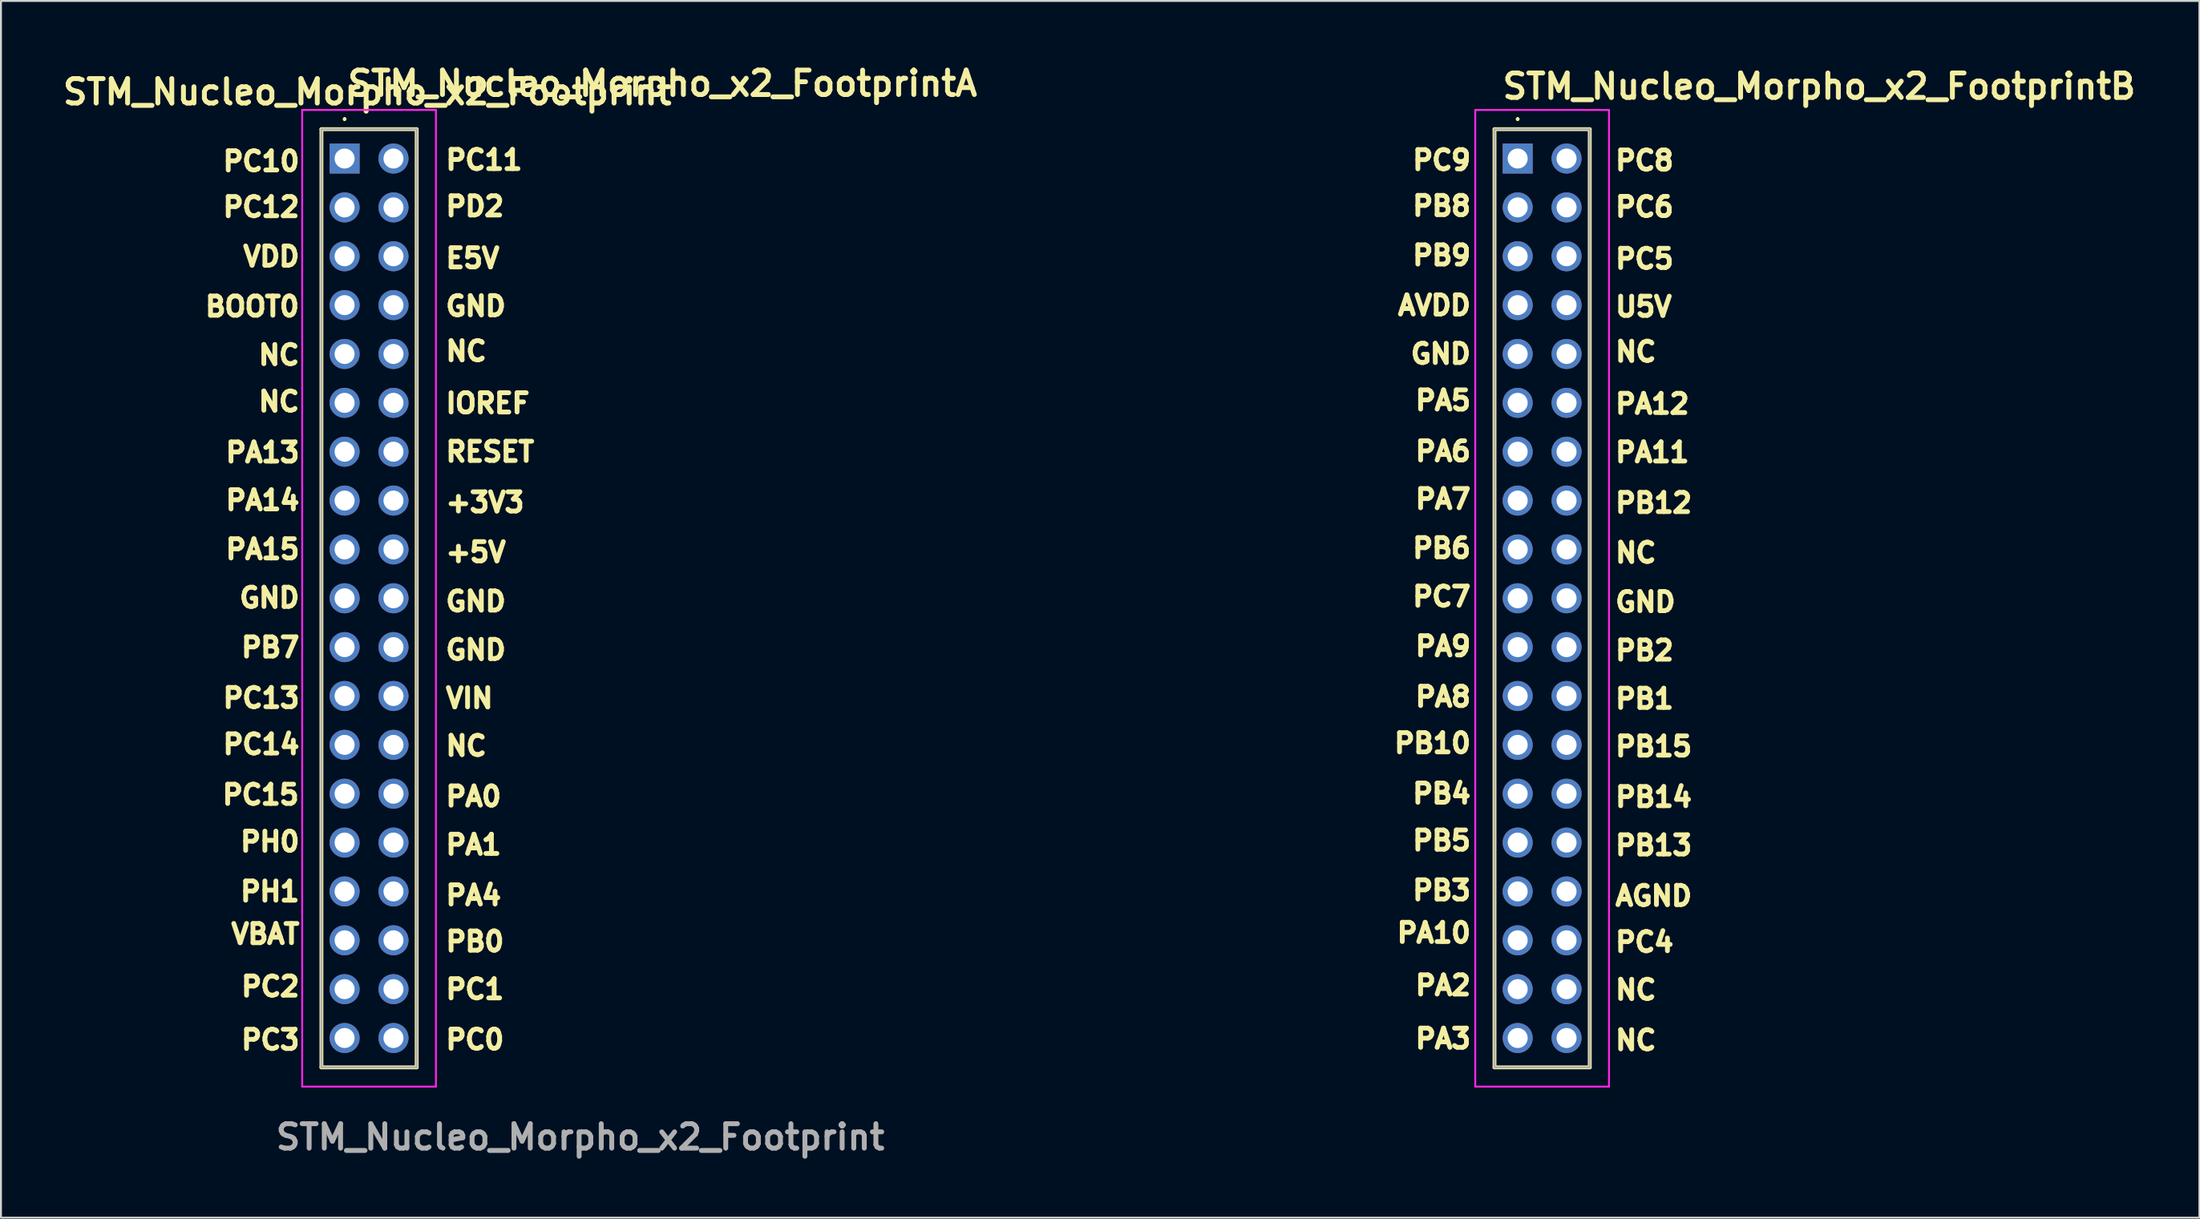
<source format=kicad_pcb>
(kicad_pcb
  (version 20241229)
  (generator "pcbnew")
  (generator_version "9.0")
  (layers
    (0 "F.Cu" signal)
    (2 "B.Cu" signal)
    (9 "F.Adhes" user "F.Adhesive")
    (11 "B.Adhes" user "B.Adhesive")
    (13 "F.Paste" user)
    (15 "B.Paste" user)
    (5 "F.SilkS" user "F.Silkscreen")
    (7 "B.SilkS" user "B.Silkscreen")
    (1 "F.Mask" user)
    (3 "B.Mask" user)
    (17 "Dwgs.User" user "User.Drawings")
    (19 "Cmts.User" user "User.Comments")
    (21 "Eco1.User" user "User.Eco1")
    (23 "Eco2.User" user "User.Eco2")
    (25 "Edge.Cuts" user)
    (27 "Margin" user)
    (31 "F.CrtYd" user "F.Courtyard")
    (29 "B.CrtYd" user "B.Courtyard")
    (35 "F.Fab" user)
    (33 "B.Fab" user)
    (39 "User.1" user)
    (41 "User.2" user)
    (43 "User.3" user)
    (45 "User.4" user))
  (footprint "STM_Nucleo_Morpho_x2_Footprint"
    (layer "F.Cu")
    (at 14.858 5.192)
    (property "Reference" "STM_Nucleo_Morpho_x2_Footprint" (at 1.18 -3.46 180) (layer "F.SilkS") (effects (font (size 1.27 1.27) (thickness 0.254))))
    (attr through_hole)
    (fp_line (start -1.205 -1.525) (end -1.205 47.245) (stroke (width 0.2) (type solid)) (layer "F.SilkS"))
    (fp_line (start -1.205 47.245) (end 3.745 47.245) (stroke (width 0.2) (type solid)) (layer "F.SilkS"))
    (fp_line (start 0 -2.1) (end 0 -2.1) (stroke (width 0.1) (type solid)) (layer "F.SilkS"))
    (fp_line (start 0 -2) (end 0 -2) (stroke (width 0.1) (type solid)) (layer "F.SilkS"))
    (fp_line (start 3.745 -1.525) (end -1.205 -1.525) (stroke (width 0.2) (type solid)) (layer "F.SilkS"))
    (fp_line (start 3.745 47.245) (end 3.745 -1.525) (stroke (width 0.2) (type solid)) (layer "F.SilkS"))
    (fp_line (start 59.755 -1.525) (end 59.755 47.245) (stroke (width 0.2) (type solid)) (layer "F.SilkS"))
    (fp_line (start 59.755 47.245) (end 64.705 47.245) (stroke (width 0.2) (type solid)) (layer "F.SilkS"))
    (fp_line (start 60.96 -2.1) (end 60.96 -2.1) (stroke (width 0.1) (type solid)) (layer "F.SilkS"))
    (fp_line (start 60.96 -2) (end 60.96 -2) (stroke (width 0.1) (type solid)) (layer "F.SilkS"))
    (fp_line (start 64.705 -1.525) (end 59.755 -1.525) (stroke (width 0.2) (type solid)) (layer "F.SilkS"))
    (fp_line (start 64.705 47.245) (end 64.705 -1.525) (stroke (width 0.2) (type solid)) (layer "F.SilkS"))
    (fp_arc (start 0 -2.1) (mid 0.05 -2.05) (end 0 -2) (stroke (width 0.1) (type solid)) (layer "F.SilkS"))
    (fp_arc (start 0 -2) (mid -0.05 -2.05) (end 0 -2.1) (stroke (width 0.1) (type solid)) (layer "F.SilkS"))
    (fp_arc (start 60.96 -2.1) (mid 61.01 -2.05) (end 60.96 -2) (stroke (width 0.1) (type solid)) (layer "F.SilkS"))
    (fp_arc (start 60.96 -2) (mid 60.91 -2.05) (end 60.96 -2.1) (stroke (width 0.1) (type solid)) (layer "F.SilkS"))
    (fp_line (start -2.205 -2.525) (end -2.205 48.245) (stroke (width 0.1) (type solid)) (layer "F.CrtYd"))
    (fp_line (start -2.205 48.245) (end 4.745 48.245) (stroke (width 0.1) (type solid)) (layer "F.CrtYd"))
    (fp_line (start 4.745 -2.525) (end -2.205 -2.525) (stroke (width 0.1) (type solid)) (layer "F.CrtYd"))
    (fp_line (start 4.745 48.245) (end 4.745 -2.525) (stroke (width 0.1) (type solid)) (layer "F.CrtYd"))
    (fp_line (start 58.755 -2.525) (end 58.755 48.245) (stroke (width 0.1) (type solid)) (layer "F.CrtYd"))
    (fp_line (start 58.755 48.245) (end 65.705 48.245) (stroke (width 0.1) (type solid)) (layer "F.CrtYd"))
    (fp_line (start 65.705 -2.525) (end 58.755 -2.525) (stroke (width 0.1) (type solid)) (layer "F.CrtYd"))
    (fp_line (start 65.705 48.245) (end 65.705 -2.525) (stroke (width 0.1) (type solid)) (layer "F.CrtYd"))
    (fp_line (start -1.205 -1.525) (end -1.205 47.245) (stroke (width 0.1) (type solid)) (layer "F.Fab"))
    (fp_line (start -1.205 47.245) (end 3.745 47.245) (stroke (width 0.1) (type solid)) (layer "F.Fab"))
    (fp_line (start 3.745 -1.525) (end -1.205 -1.525) (stroke (width 0.1) (type solid)) (layer "F.Fab"))
    (fp_line (start 3.745 47.245) (end 3.745 -1.525) (stroke (width 0.1) (type solid)) (layer "F.Fab"))
    (fp_line (start 59.755 -1.525) (end 59.755 47.245) (stroke (width 0.1) (type solid)) (layer "F.Fab"))
    (fp_line (start 59.755 47.245) (end 64.705 47.245) (stroke (width 0.1) (type solid)) (layer "F.Fab"))
    (fp_line (start 64.705 -1.525) (end 59.755 -1.525) (stroke (width 0.1) (type solid)) (layer "F.Fab"))
    (fp_line (start 64.705 47.245) (end 64.705 -1.525) (stroke (width 0.1) (type solid)) (layer "F.Fab"))
    (fp_text user "PB10" (at 54.418 30.98 0) (unlocked yes) (layer "F.SilkS") (effects (font (size 1 1) (thickness 0.25)) (justify left bottom)))
    (fp_text user "NC" (at 65.91 21.08 0) (unlocked yes) (layer "F.SilkS") (effects (font (size 1 1) (thickness 0.25)) (justify left bottom)))
    (fp_text user "PB15" (at 65.91 31.15 0) (unlocked yes) (layer "F.SilkS") (effects (font (size 1 1) (thickness 0.25)) (justify left bottom)))
    (fp_text user "PA10" (at 54.56 40.84 0) (unlocked yes) (layer "F.SilkS") (effects (font (size 1 1) (thickness 0.25)) (justify left bottom)))
    (fp_text user "PB14" (at 65.91 33.78 0) (unlocked yes) (layer "F.SilkS") (effects (font (size 1 1) (thickness 0.25)) (justify left bottom)))
    (fp_text user "NC" (at 65.91 10.63 0) (unlocked yes) (layer "F.SilkS") (effects (font (size 1 1) (thickness 0.25)) (justify left bottom)))
    (fp_text user "NC" (at 65.91 46.42 0) (unlocked yes) (layer "F.SilkS") (effects (font (size 1 1) (thickness 0.25)) (justify left bottom)))
    (fp_text user "PH0" (at -5.545 36.1 0) (unlocked yes) (layer "F.SilkS") (effects (font (size 1 1) (thickness 0.25)) (justify left bottom)))
    (fp_text user "PB9" (at 55.37 5.62 0) (unlocked yes) (layer "F.SilkS") (effects (font (size 1 1) (thickness 0.25)) (justify left bottom)))
    (fp_text user "PC13" (at -6.45 28.63 0) (unlocked yes) (layer "F.SilkS") (effects (font (size 1 1) (thickness 0.25)) (justify left bottom)))
    (fp_text user "PC5" (at 65.91 5.8 0) (unlocked yes) (layer "F.SilkS") (effects (font (size 1 1) (thickness 0.25)) (justify left bottom)))
    (fp_text user "GND" (at 5.13 26.13 0) (unlocked yes) (layer "F.SilkS") (effects (font (size 1 1) (thickness 0.25)) (justify left bottom)))
    (fp_text user "PB4" (at 55.37 33.6 0) (unlocked yes) (layer "F.SilkS") (effects (font (size 1 1) (thickness 0.25)) (justify left bottom)))
    (fp_text user "E5V" (at 5.13 5.77 0) (unlocked yes) (layer "F.SilkS") (effects (font (size 1 1) (thickness 0.25)) (justify left bottom)))
    (fp_text user "${REFERENCE}A" (at 0.02 -3.16 0) (unlocked yes) (layer "F.SilkS") (effects (font (size 1.27 1.27) (thickness 0.254) (bold yes)) (justify left bottom)))
    (fp_text user "GND" (at 55.275 10.74 0) (unlocked yes) (layer "F.SilkS") (effects (font (size 1 1) (thickness 0.25)) (justify left bottom)))
    (fp_text user "PA1" (at 5.13 36.26 0) (unlocked yes) (layer "F.SilkS") (effects (font (size 1 1) (thickness 0.25)) (justify left bottom)))
    (fp_text user "PB7" (at -5.498 26 0) (unlocked yes) (layer "F.SilkS") (effects (font (size 1 1) (thickness 0.25)) (justify left bottom)))
    (fp_text user "NC" (at 5.13 31.12 0) (unlocked yes) (layer "F.SilkS") (effects (font (size 1 1) (thickness 0.25)) (justify left bottom)))
    (fp_text user "BOOT0" (at -7.37 8.28 0) (unlocked yes) (layer "F.SilkS") (effects (font (size 1 1) (thickness 0.25)) (justify left bottom)))
    (fp_text user "PA13" (at -6.307 15.866 0) (unlocked yes) (layer "F.SilkS") (effects (font (size 1 1) (thickness 0.25)) (justify left bottom)))
    (fp_text user "VIN" (at 5.13 28.64 0) (unlocked yes) (layer "F.SilkS") (effects (font (size 1 1) (thickness 0.25)) (justify left bottom)))
    (fp_text user "+5V" (at 5.13 21.05 0) (unlocked yes) (layer "F.SilkS") (effects (font (size 1 1) (thickness 0.25)) (justify left bottom)))
    (fp_text user "PH1" (at -5.545 38.69 0) (unlocked yes) (layer "F.SilkS") (effects (font (size 1 1) (thickness 0.25)) (justify left bottom)))
    (fp_text user "PA2" (at 55.513 43.57 0) (unlocked yes) (layer "F.SilkS") (effects (font (size 1 1) (thickness 0.25)) (justify left bottom)))
    (fp_text user "PA9" (at 55.513 25.94 0) (unlocked yes) (layer "F.SilkS") (effects (font (size 1 1) (thickness 0.25)) (justify left bottom)))
    (fp_text user "PB0" (at 5.13 41.29 0) (unlocked yes) (layer "F.SilkS") (effects (font (size 1 1) (thickness 0.25)) (justify left bottom)))
    (fp_text user "VBAT" (at -6.021 40.9 0) (unlocked yes) (layer "F.SilkS") (effects (font (size 1 1) (thickness 0.25)) (justify left bottom)))
    (fp_text user "${REFERENCE}B" (at 60.04 -3.01 0) (unlocked yes) (layer "F.SilkS") (effects (font (size 1.27 1.27) (thickness 0.254) (bold yes)) (justify left bottom)))
    (fp_text user "PC11" (at 5.13 0.66 0) (unlocked yes) (layer "F.SilkS") (effects (font (size 1 1) (thickness 0.25)) (justify left bottom)))
    (fp_text user "PB13" (at 65.91 36.29 0) (unlocked yes) (layer "F.SilkS") (effects (font (size 1 1) (thickness 0.25)) (justify left bottom)))
    (fp_text user "PC6" (at 65.91 3.1 0) (unlocked yes) (layer "F.SilkS") (effects (font (size 1 1) (thickness 0.25)) (justify left bottom)))
    (fp_text user "PA14" (at -6.307 18.35 0) (unlocked yes) (layer "F.SilkS") (effects (font (size 1 1) (thickness 0.25)) (justify left bottom)))
    (fp_text user "PD2" (at 5.13 3.07 0) (unlocked yes) (layer "F.SilkS") (effects (font (size 1 1) (thickness 0.25)) (justify left bottom)))
    (fp_text user "PC1" (at 5.13 43.77 0) (unlocked yes) (layer "F.SilkS") (effects (font (size 1 1) (thickness 0.25)) (justify left bottom)))
    (fp_text user "PC2" (at -5.498 43.63 0) (unlocked yes) (layer "F.SilkS") (effects (font (size 1 1) (thickness 0.25)) (justify left bottom)))
    (fp_text user "PB3" (at 55.37 38.63 0) (unlocked yes) (layer "F.SilkS") (effects (font (size 1 1) (thickness 0.25)) (justify left bottom)))
    (fp_text user "PC4" (at 65.91 41.32 0) (unlocked yes) (layer "F.SilkS") (effects (font (size 1 1) (thickness 0.25)) (justify left bottom)))
    (fp_text user "PA3" (at 55.513 46.34 0) (unlocked yes) (layer "F.SilkS") (effects (font (size 1 1) (thickness 0.25)) (justify left bottom)))
    (fp_text user "PA15" (at -6.307 20.9 0) (unlocked yes) (layer "F.SilkS") (effects (font (size 1 1) (thickness 0.25)) (justify left bottom)))
    (fp_text user "PB12" (at 65.91 18.49 0) (unlocked yes) (layer "F.SilkS") (effects (font (size 1 1) (thickness 0.25)) (justify left bottom)))
    (fp_text user "+3V3" (at 5.13 18.46 0) (unlocked yes) (layer "F.SilkS") (effects (font (size 1 1) (thickness 0.25)) (justify left bottom)))
    (fp_text user "PB6" (at 55.37 20.84 0) (unlocked yes) (layer "F.SilkS") (effects (font (size 1 1) (thickness 0.25)) (justify left bottom)))
    (fp_text user "PB1" (at 65.91 28.67 0) (unlocked yes) (layer "F.SilkS") (effects (font (size 1 1) (thickness 0.25)) (justify left bottom)))
    (fp_text user "PC12" (at -6.45 3.11 0) (unlocked yes) (layer "F.SilkS") (effects (font (size 1 1) (thickness 0.25)) (justify left bottom)))
    (fp_text user "NC" (at 65.91 43.8 0) (unlocked yes) (layer "F.SilkS") (effects (font (size 1 1) (thickness 0.25)) (justify left bottom)))
    (fp_text user "IOREF" (at 5.13 13.31 0) (unlocked yes) (layer "F.SilkS") (effects (font (size 1 1) (thickness 0.25)) (justify left bottom)))
    (fp_text user "PA7" (at 55.513 18.29 0) (unlocked yes) (layer "F.SilkS") (effects (font (size 1 1) (thickness 0.25)) (justify left bottom)))
    (fp_text user "GND" (at 5.13 8.26 0) (unlocked yes) (layer "F.SilkS") (effects (font (size 1 1) (thickness 0.25)) (justify left bottom)))
    (fp_text user "AGND" (at 65.91 38.92 0) (unlocked yes) (layer "F.SilkS") (effects (font (size 1 1) (thickness 0.25)) (justify left bottom)))
    (fp_text user "PC14" (at -6.45 31.04 0) (unlocked yes) (layer "F.SilkS") (effects (font (size 1 1) (thickness 0.25)) (justify left bottom)))
    (fp_text user "PA0" (at 5.13 33.75 0) (unlocked yes) (layer "F.SilkS") (effects (font (size 1 1) (thickness 0.25)) (justify left bottom)))
    (fp_text user "RESET" (at 5.13 15.83 0) (unlocked yes) (layer "F.SilkS") (effects (font (size 1 1) (thickness 0.25)) (justify left bottom)))
    (fp_text user "PA12" (at 65.91 13.34 0) (unlocked yes) (layer "F.SilkS") (effects (font (size 1 1) (thickness 0.25)) (justify left bottom)))
    (fp_text user "PC0" (at 5.13 46.39 0) (unlocked yes) (layer "F.SilkS") (effects (font (size 1 1) (thickness 0.25)) (justify left bottom)))
    (fp_text user "PC15" (at -6.48 33.66 0) (unlocked yes) (layer "F.SilkS") (effects (font (size 1 1) (thickness 0.25)) (justify left bottom)))
    (fp_text user "PC8" (at 65.91 0.69 0) (unlocked yes) (layer "F.SilkS") (effects (font (size 1 1) (thickness 0.25)) (justify left bottom)))
    (fp_text user "PA4" (at 5.13 38.89 0) (unlocked yes) (layer "F.SilkS") (effects (font (size 1 1) (thickness 0.25)) (justify left bottom)))
    (fp_text user "GND" (at 65.91 23.64 0) (unlocked yes) (layer "F.SilkS") (effects (font (size 1 1) (thickness 0.25)) (justify left bottom)))
    (fp_text user "PC10" (at -6.45 0.73 0) (unlocked yes) (layer "F.SilkS") (effects (font (size 1 1) (thickness 0.254)) (justify left bottom)))
    (fp_text user "PA11" (at 65.91 15.86 0) (unlocked yes) (layer "F.SilkS") (effects (font (size 1 1) (thickness 0.25)) (justify left bottom)))
    (fp_text user "PC9" (at 55.37 0.67 0) (unlocked yes) (layer "F.SilkS") (effects (font (size 1 1) (thickness 0.25)) (justify left bottom)))
    (fp_text user "U5V" (at 65.91 8.29 0) (unlocked yes) (layer "F.SilkS") (effects (font (size 1 1) (thickness 0.25)) (justify left bottom)))
    (fp_text user "VDD" (at -5.402 5.68 0) (unlocked yes) (layer "F.SilkS") (effects (font (size 1 1) (thickness 0.25)) (justify left bottom)))
    (fp_text user "PB2" (at 65.91 26.16 0) (unlocked yes) (layer "F.SilkS") (effects (font (size 1 1) (thickness 0.25)) (justify left bottom)))
    (fp_text user "NC" (at -4.6 10.8 0) (unlocked yes) (layer "F.SilkS") (effects (font (size 1 1) (thickness 0.25)) (justify left bottom)))
    (fp_text user "PA6" (at 55.513 15.806 0) (unlocked yes) (layer "F.SilkS") (effects (font (size 1 1) (thickness 0.25)) (justify left bottom)))
    (fp_text user "NC" (at 5.13 10.6 0) (unlocked yes) (layer "F.SilkS") (effects (font (size 1 1) (thickness 0.25)) (justify left bottom)))
    (fp_text user "AVDD" (at 54.608 8.22 0) (unlocked yes) (layer "F.SilkS") (effects (font (size 1 1) (thickness 0.25)) (justify left bottom)))
    (fp_text user "PC7" (at 55.37 23.36 0) (unlocked yes) (layer "F.SilkS") (effects (font (size 1 1) (thickness 0.25)) (justify left bottom)))
    (fp_text user "GND" (at -5.593 23.42 0) (unlocked yes) (layer "F.SilkS") (effects (font (size 1 1) (thickness 0.25)) (justify left bottom)))
    (fp_text user "PB8" (at 55.37 3.05 0) (unlocked yes) (layer "F.SilkS") (effects (font (size 1 1) (thickness 0.25)) (justify left bottom)))
    (fp_text user "PC3" (at -5.498 46.4 0) (unlocked yes) (layer "F.SilkS") (effects (font (size 1 1) (thickness 0.25)) (justify left bottom)))
    (fp_text user "PA8" (at 55.513 28.57 0) (unlocked yes) (layer "F.SilkS") (effects (font (size 1 1) (thickness 0.25)) (justify left bottom)))
    (fp_text user "GND" (at 5.13 23.61 0) (unlocked yes) (layer "F.SilkS") (effects (font (size 1 1) (thickness 0.25)) (justify left bottom)))
    (fp_text user "PB5" (at 55.37 36.04 0) (unlocked yes) (layer "F.SilkS") (effects (font (size 1 1) (thickness 0.25)) (justify left bottom)))
    (fp_text user "PA5" (at 55.513 13.16 0) (unlocked yes) (layer "F.SilkS") (effects (font (size 1 1) (thickness 0.25)) (justify left bottom)))
    (fp_text user "NC" (at -4.6 13.22 0) (unlocked yes) (layer "F.SilkS") (effects (font (size 1 1) (thickness 0.25)) (justify left bottom)))
    (fp_text user "${REFERENCE}" (at 12.248 50.87 0) (layer "F.Fab") (effects (font (size 1.27 1.27) (thickness 0.254))))
    (pad "A1" thru_hole rect (at 0 0 270) (size 1.56 1.56) (drill 1.04) (layers "*.Cu" "*.Mask"))
    (pad "A2" thru_hole circle (at 2.54 0 270) (size 1.56 1.56) (drill 1.04) (layers "*.Cu" "*.Mask"))
    (pad "A3" thru_hole circle (at 0 2.54 270) (size 1.56 1.56) (drill 1.04) (layers "*.Cu" "*.Mask"))
    (pad "A4" thru_hole circle (at 2.54 2.54 270) (size 1.56 1.56) (drill 1.04) (layers "*.Cu" "*.Mask"))
    (pad "A5" thru_hole circle (at 0 5.08 270) (size 1.56 1.56) (drill 1.04) (layers "*.Cu" "*.Mask"))
    (pad "A6" thru_hole circle (at 2.54 5.08 270) (size 1.56 1.56) (drill 1.04) (layers "*.Cu" "*.Mask"))
    (pad "A7" thru_hole circle (at 0 7.62 270) (size 1.56 1.56) (drill 1.04) (layers "*.Cu" "*.Mask"))
    (pad "A8" thru_hole circle (at 2.54 7.62 270) (size 1.56 1.56) (drill 1.04) (layers "*.Cu" "*.Mask"))
    (pad "A9" thru_hole circle (at 0 10.16 270) (size 1.56 1.56) (drill 1.04) (layers "*.Cu" "*.Mask"))
    (pad "A10" thru_hole circle (at 2.54 10.16 270) (size 1.56 1.56) (drill 1.04) (layers "*.Cu" "*.Mask"))
    (pad "A11" thru_hole circle (at 0 12.7 270) (size 1.56 1.56) (drill 1.04) (layers "*.Cu" "*.Mask"))
    (pad "A12" thru_hole circle (at 2.54 12.7 270) (size 1.56 1.56) (drill 1.04) (layers "*.Cu" "*.Mask"))
    (pad "A13" thru_hole circle (at 0 15.24 270) (size 1.56 1.56) (drill 1.04) (layers "*.Cu" "*.Mask"))
    (pad "A14" thru_hole circle (at 2.54 15.24 270) (size 1.56 1.56) (drill 1.04) (layers "*.Cu" "*.Mask"))
    (pad "A15" thru_hole circle (at 0 17.78 270) (size 1.56 1.56) (drill 1.04) (layers "*.Cu" "*.Mask"))
    (pad "A16" thru_hole circle (at 2.54 17.78 270) (size 1.56 1.56) (drill 1.04) (layers "*.Cu" "*.Mask"))
    (pad "A17" thru_hole circle (at 0 20.32 270) (size 1.56 1.56) (drill 1.04) (layers "*.Cu" "*.Mask"))
    (pad "A18" thru_hole circle (at 2.54 20.32 270) (size 1.56 1.56) (drill 1.04) (layers "*.Cu" "*.Mask"))
    (pad "A19" thru_hole circle (at 0 22.86 270) (size 1.56 1.56) (drill 1.04) (layers "*.Cu" "*.Mask"))
    (pad "A20" thru_hole circle (at 2.54 22.86 270) (size 1.56 1.56) (drill 1.04) (layers "*.Cu" "*.Mask"))
    (pad "A21" thru_hole circle (at 0 25.4 270) (size 1.56 1.56) (drill 1.04) (layers "*.Cu" "*.Mask"))
    (pad "A22" thru_hole circle (at 2.54 25.4 270) (size 1.56 1.56) (drill 1.04) (layers "*.Cu" "*.Mask"))
    (pad "A23" thru_hole circle (at 0 27.94 270) (size 1.56 1.56) (drill 1.04) (layers "*.Cu" "*.Mask"))
    (pad "A24" thru_hole circle (at 2.54 27.94 270) (size 1.56 1.56) (drill 1.04) (layers "*.Cu" "*.Mask"))
    (pad "A25" thru_hole circle (at 0 30.48 270) (size 1.56 1.56) (drill 1.04) (layers "*.Cu" "*.Mask"))
    (pad "A26" thru_hole circle (at 2.54 30.48 270) (size 1.56 1.56) (drill 1.04) (layers "*.Cu" "*.Mask"))
    (pad "A27" thru_hole circle (at 0 33.02 270) (size 1.56 1.56) (drill 1.04) (layers "*.Cu" "*.Mask"))
    (pad "A28" thru_hole circle (at 2.54 33.02 270) (size 1.56 1.56) (drill 1.04) (layers "*.Cu" "*.Mask"))
    (pad "A29" thru_hole circle (at 0 35.56 270) (size 1.56 1.56) (drill 1.04) (layers "*.Cu" "*.Mask"))
    (pad "A30" thru_hole circle (at 2.54 35.56 270) (size 1.56 1.56) (drill 1.04) (layers "*.Cu" "*.Mask"))
    (pad "A31" thru_hole circle (at 0 38.1 270) (size 1.56 1.56) (drill 1.04) (layers "*.Cu" "*.Mask"))
    (pad "A32" thru_hole circle (at 2.54 38.1 270) (size 1.56 1.56) (drill 1.04) (layers "*.Cu" "*.Mask"))
    (pad "A33" thru_hole circle (at 0 40.64 270) (size 1.56 1.56) (drill 1.04) (layers "*.Cu" "*.Mask"))
    (pad "A34" thru_hole circle (at 2.54 40.64 270) (size 1.56 1.56) (drill 1.04) (layers "*.Cu" "*.Mask"))
    (pad "A35" thru_hole circle (at 0 43.18 270) (size 1.56 1.56) (drill 1.04) (layers "*.Cu" "*.Mask"))
    (pad "A36" thru_hole circle (at 2.54 43.18 270) (size 1.56 1.56) (drill 1.04) (layers "*.Cu" "*.Mask"))
    (pad "A37" thru_hole circle (at 0 45.72 270) (size 1.56 1.56) (drill 1.04) (layers "*.Cu" "*.Mask"))
    (pad "A38" thru_hole circle (at 2.54 45.72 270) (size 1.56 1.56) (drill 1.04) (layers "*.Cu" "*.Mask"))
    (pad "B1" thru_hole rect (at 60.96 0 270) (size 1.56 1.56) (drill 1.04) (layers "*.Cu" "*.Mask"))
    (pad "B2" thru_hole circle (at 63.5 0 270) (size 1.56 1.56) (drill 1.04) (layers "*.Cu" "*.Mask"))
    (pad "B3" thru_hole circle (at 60.96 2.54 270) (size 1.56 1.56) (drill 1.04) (layers "*.Cu" "*.Mask"))
    (pad "B4" thru_hole circle (at 63.5 2.54 270) (size 1.56 1.56) (drill 1.04) (layers "*.Cu" "*.Mask"))
    (pad "B5" thru_hole circle (at 60.96 5.08 270) (size 1.56 1.56) (drill 1.04) (layers "*.Cu" "*.Mask"))
    (pad "B6" thru_hole circle (at 63.5 5.08 270) (size 1.56 1.56) (drill 1.04) (layers "*.Cu" "*.Mask"))
    (pad "B7" thru_hole circle (at 60.96 7.62 270) (size 1.56 1.56) (drill 1.04) (layers "*.Cu" "*.Mask"))
    (pad "B8" thru_hole circle (at 63.5 7.62 270) (size 1.56 1.56) (drill 1.04) (layers "*.Cu" "*.Mask"))
    (pad "B9" thru_hole circle (at 60.96 10.16 270) (size 1.56 1.56) (drill 1.04) (layers "*.Cu" "*.Mask"))
    (pad "B10" thru_hole circle (at 63.5 10.16 270) (size 1.56 1.56) (drill 1.04) (layers "*.Cu" "*.Mask"))
    (pad "B11" thru_hole circle (at 60.96 12.7 270) (size 1.56 1.56) (drill 1.04) (layers "*.Cu" "*.Mask"))
    (pad "B12" thru_hole circle (at 63.5 12.7 270) (size 1.56 1.56) (drill 1.04) (layers "*.Cu" "*.Mask"))
    (pad "B13" thru_hole circle (at 60.96 15.24 270) (size 1.56 1.56) (drill 1.04) (layers "*.Cu" "*.Mask"))
    (pad "B14" thru_hole circle (at 63.5 15.24 270) (size 1.56 1.56) (drill 1.04) (layers "*.Cu" "*.Mask"))
    (pad "B15" thru_hole circle (at 60.96 17.78 270) (size 1.56 1.56) (drill 1.04) (layers "*.Cu" "*.Mask"))
    (pad "B16" thru_hole circle (at 63.5 17.78 270) (size 1.56 1.56) (drill 1.04) (layers "*.Cu" "*.Mask"))
    (pad "B17" thru_hole circle (at 60.96 20.32 270) (size 1.56 1.56) (drill 1.04) (layers "*.Cu" "*.Mask"))
    (pad "B18" thru_hole circle (at 63.5 20.32 270) (size 1.56 1.56) (drill 1.04) (layers "*.Cu" "*.Mask"))
    (pad "B19" thru_hole circle (at 60.96 22.86 270) (size 1.56 1.56) (drill 1.04) (layers "*.Cu" "*.Mask"))
    (pad "B20" thru_hole circle (at 63.5 22.86 270) (size 1.56 1.56) (drill 1.04) (layers "*.Cu" "*.Mask"))
    (pad "B21" thru_hole circle (at 60.96 25.4 270) (size 1.56 1.56) (drill 1.04) (layers "*.Cu" "*.Mask"))
    (pad "B22" thru_hole circle (at 63.5 25.4 270) (size 1.56 1.56) (drill 1.04) (layers "*.Cu" "*.Mask"))
    (pad "B23" thru_hole circle (at 60.96 27.94 270) (size 1.56 1.56) (drill 1.04) (layers "*.Cu" "*.Mask"))
    (pad "B24" thru_hole circle (at 63.5 27.94 270) (size 1.56 1.56) (drill 1.04) (layers "*.Cu" "*.Mask"))
    (pad "B25" thru_hole circle (at 60.96 30.48 270) (size 1.56 1.56) (drill 1.04) (layers "*.Cu" "*.Mask"))
    (pad "B26" thru_hole circle (at 63.5 30.48 270) (size 1.56 1.56) (drill 1.04) (layers "*.Cu" "*.Mask"))
    (pad "B27" thru_hole circle (at 60.96 33.02 270) (size 1.56 1.56) (drill 1.04) (layers "*.Cu" "*.Mask"))
    (pad "B28" thru_hole circle (at 63.5 33.02 270) (size 1.56 1.56) (drill 1.04) (layers "*.Cu" "*.Mask"))
    (pad "B29" thru_hole circle (at 60.96 35.56 270) (size 1.56 1.56) (drill 1.04) (layers "*.Cu" "*.Mask"))
    (pad "B30" thru_hole circle (at 63.5 35.56 270) (size 1.56 1.56) (drill 1.04) (layers "*.Cu" "*.Mask"))
    (pad "B31" thru_hole circle (at 60.96 38.1 270) (size 1.56 1.56) (drill 1.04) (layers "*.Cu" "*.Mask"))
    (pad "B32" thru_hole circle (at 63.5 38.1 270) (size 1.56 1.56) (drill 1.04) (layers "*.Cu" "*.Mask"))
    (pad "B33" thru_hole circle (at 60.96 40.64 270) (size 1.56 1.56) (drill 1.04) (layers "*.Cu" "*.Mask"))
    (pad "B34" thru_hole circle (at 63.5 40.64 270) (size 1.56 1.56) (drill 1.04) (layers "*.Cu" "*.Mask"))
    (pad "B35" thru_hole circle (at 60.96 43.18 270) (size 1.56 1.56) (drill 1.04) (layers "*.Cu" "*.Mask"))
    (pad "B36" thru_hole circle (at 63.5 43.18 270) (size 1.56 1.56) (drill 1.04) (layers "*.Cu" "*.Mask"))
    (pad "B37" thru_hole circle (at 60.96 45.72 270) (size 1.56 1.56) (drill 1.04) (layers "*.Cu" "*.Mask"))
    (pad "B38" thru_hole circle (at 63.5 45.72 270) (size 1.56 1.56) (drill 1.04) (layers "*.Cu" "*.Mask")))
  (gr_rect
    (start -3 -3)
    (end 111.245 60.251)
    (stroke (width 0.1) (type default))
    (fill no)
    (layer "Edge.Cuts")))
</source>
